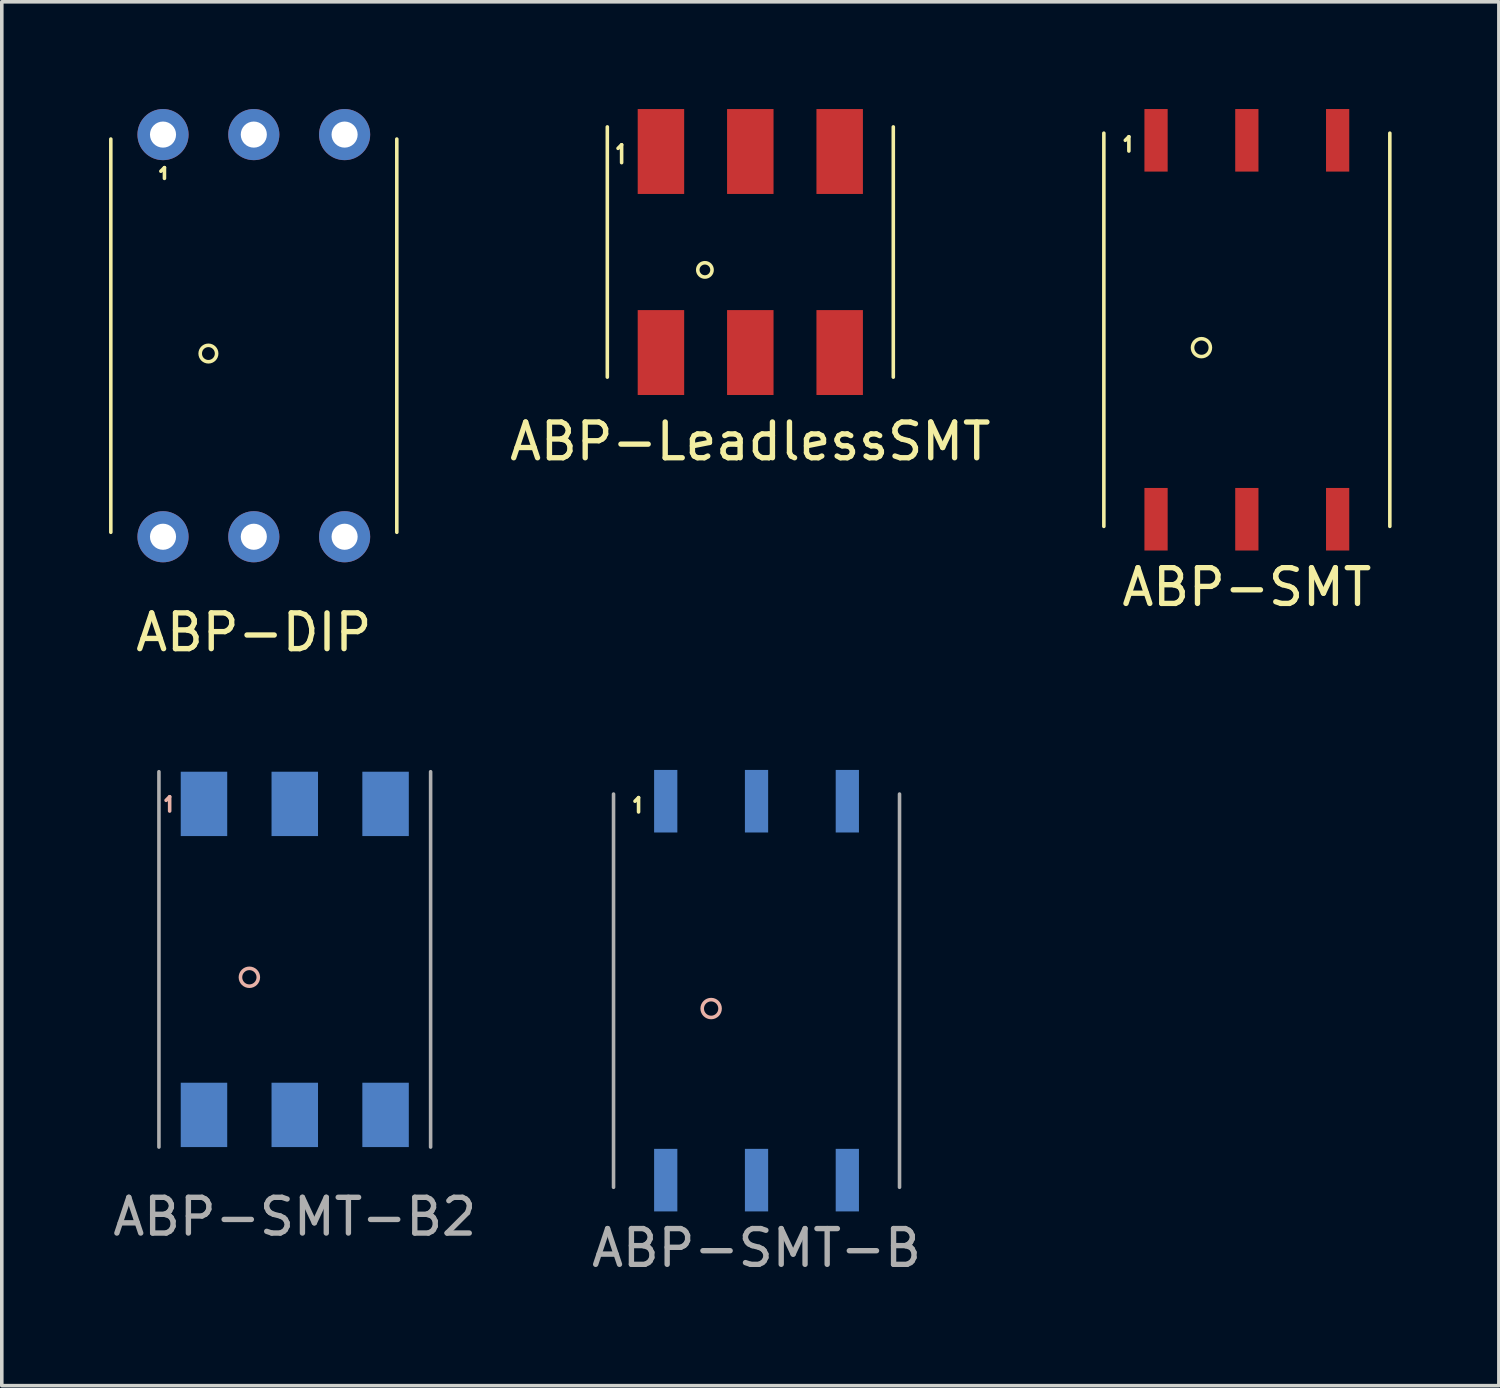
<source format=kicad_pcb>
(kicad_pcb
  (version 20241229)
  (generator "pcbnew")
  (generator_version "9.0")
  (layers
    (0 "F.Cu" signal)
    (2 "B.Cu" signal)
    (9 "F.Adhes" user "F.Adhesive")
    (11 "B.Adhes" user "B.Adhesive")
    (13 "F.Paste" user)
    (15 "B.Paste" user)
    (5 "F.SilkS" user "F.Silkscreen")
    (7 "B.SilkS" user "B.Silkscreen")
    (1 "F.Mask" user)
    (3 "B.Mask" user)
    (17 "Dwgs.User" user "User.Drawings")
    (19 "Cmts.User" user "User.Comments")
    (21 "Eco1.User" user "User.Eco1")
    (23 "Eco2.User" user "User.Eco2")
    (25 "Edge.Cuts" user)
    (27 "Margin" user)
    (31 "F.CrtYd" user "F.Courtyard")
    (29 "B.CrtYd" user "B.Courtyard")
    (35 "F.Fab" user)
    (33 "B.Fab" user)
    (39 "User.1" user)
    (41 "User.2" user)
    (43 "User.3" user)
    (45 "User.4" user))
  (footprint "ABP-SMT"
    (layer "F.Cu")
    (at 31.829 6.175)
    (property "Reference" "ABP-SMT" (at 0 7.2 0) (layer "F.SilkS") (effects (font (size 1 1) (thickness 0.15))))
    (attr through_hole)
    (fp_line (start -4 -5.5) (end -4 5.5) (stroke (width 0.1) (type solid)) (layer "F.SilkS"))
    (fp_line (start -3.3 -5.4) (end -3.4 -5.3) (stroke (width 0.1) (type solid)) (layer "F.SilkS"))
    (fp_line (start -3.3 -5.4) (end -3.3 -5) (stroke (width 0.1) (type solid)) (layer "F.SilkS"))
    (fp_line (start 4 -5.5) (end 4 5.5) (stroke (width 0.1) (type solid)) (layer "F.SilkS"))
    (fp_circle (center -1.27 0.5) (end -1.27 0.75) (stroke (width 0.1) (type solid)) (fill no) (layer "F.SilkS"))
    (pad "1" smd rect (at -2.54 -5.3) (size 0.65 1.75) (layers "F.Cu" "F.Mask" "F.Paste"))
    (pad "2" smd rect (at 0 -5.3) (size 0.65 1.75) (layers "F.Cu" "F.Mask" "F.Paste"))
    (pad "3" smd rect (at 2.54 -5.3) (size 0.65 1.75) (layers "F.Cu" "F.Mask" "F.Paste"))
    (pad "4" smd rect (at 2.54 5.3) (size 0.65 1.75) (layers "F.Cu" "F.Mask" "F.Paste"))
    (pad "5" smd rect (at 0 5.3) (size 0.65 1.75) (layers "F.Cu" "F.Mask" "F.Paste"))
    (pad "6" smd rect (at -2.54 5.3) (size 0.65 1.75) (layers "F.Cu" "F.Mask" "F.Paste")))
  (footprint "ABP-DIP"
    (layer "F.Cu")
    (at 4.05 6.34)
    (property "Reference" "ABP-DIP" (at 0 8.3 0) (layer "F.SilkS") (effects (font (size 1 1) (thickness 0.15))))
    (attr through_hole)
    (fp_line (start -4 -5.5) (end -4 5.5) (stroke (width 0.1) (type solid)) (layer "F.SilkS"))
    (fp_line (start -2.5 -4.7) (end -2.6 -4.6) (stroke (width 0.1) (type solid)) (layer "F.SilkS"))
    (fp_line (start -2.5 -4.7) (end -2.5 -4.4) (stroke (width 0.1) (type solid)) (layer "F.SilkS"))
    (fp_line (start 4 -5.5) (end 4 5.5) (stroke (width 0.1) (type solid)) (layer "F.SilkS"))
    (fp_circle (center -1.27 0.5) (end -1.5 0.5) (stroke (width 0.1) (type solid)) (fill no) (layer "F.SilkS"))
    (pad "1" thru_hole circle (at -2.54 -5.625) (size 1.43 1.43) (drill 0.73) (layers "*.Cu" "*.Mask"))
    (pad "2" thru_hole circle (at 0 -5.625) (size 1.43 1.43) (drill 0.73) (layers "*.Cu" "*.Mask"))
    (pad "3" thru_hole circle (at 2.54 -5.625) (size 1.43 1.43) (drill 0.73) (layers "*.Cu" "*.Mask"))
    (pad "4" thru_hole circle (at 2.54 5.625) (size 1.43 1.43) (drill 0.73) (layers "*.Cu" "*.Mask"))
    (pad "5" thru_hole circle (at 0 5.625) (size 1.43 1.43) (drill 0.73) (layers "*.Cu" "*.Mask"))
    (pad "6" thru_hole circle (at -2.54 5.625) (size 1.43 1.43) (drill 0.73) (layers "*.Cu" "*.Mask")))
  (footprint "ABP-SMT-B"
    (layer "F.Cu")
    (at 18.113 24.663)
    (property "Reference" "ABP-SMT-B" (at 0 7.2 0) (layer "F.Fab") (effects (font (size 1 1) (thickness 0.15))))
    (attr through_hole)
    (fp_line (start -3.3 -5.4) (end -3.4 -5.3) (stroke (width 0.1) (type solid)) (layer "F.SilkS"))
    (fp_line (start -3.3 -5.4) (end -3.3 -5) (stroke (width 0.1) (type solid)) (layer "F.SilkS"))
    (fp_circle (center -1.27 0.5) (end -1.27 0.75) (stroke (width 0.1) (type solid)) (fill no) (layer "B.SilkS"))
    (fp_line (start -4 -5.5) (end -4 5.5) (stroke (width 0.1) (type solid)) (layer "F.Fab"))
    (fp_line (start 4 -5.5) (end 4 5.5) (stroke (width 0.1) (type solid)) (layer "F.Fab"))
    (pad "1" smd rect (at -2.54 -5.3) (size 0.65 1.75) (layers "B.Cu" "B.Mask" "B.Paste"))
    (pad "2" smd rect (at 0 -5.3) (size 0.65 1.75) (layers "B.Cu" "B.Mask" "B.Paste"))
    (pad "3" smd rect (at 2.54 -5.3) (size 0.65 1.75) (layers "B.Cu" "B.Mask" "B.Paste"))
    (pad "4" smd rect (at 2.54 5.3) (size 0.65 1.75) (layers "B.Cu" "B.Mask" "B.Paste"))
    (pad "5" smd rect (at 0 5.3) (size 0.65 1.75) (layers "B.Cu" "B.Mask" "B.Paste"))
    (pad "6" smd rect (at -2.54 5.3) (size 0.65 1.75) (layers "B.Cu" "B.Mask" "B.Paste")))
  (footprint "ABP-SMT-B2"
    (layer "F.Cu")
    (at 5.196 23.788)
    (property "Reference" "ABP-SMT-B2" (at 0 7.2 0) (layer "F.Fab") (effects (font (size 1 1) (thickness 0.15))))
    (attr through_hole)
    (fp_line (start -3.5 -4.55) (end -3.6 -4.45) (stroke (width 0.1) (type solid)) (layer "B.SilkS"))
    (fp_line (start -3.5 -4.55) (end -3.5 -4.15) (stroke (width 0.1) (type solid)) (layer "B.SilkS"))
    (fp_circle (center -1.27 0.5) (end -1.27 0.75) (stroke (width 0.1) (type solid)) (fill no) (layer "B.SilkS"))
    (fp_line (start -3.8 -5.25) (end -3.8 5.25) (stroke (width 0.1) (type solid)) (layer "F.Fab"))
    (fp_line (start 3.8 -5.25) (end 3.8 5.25) (stroke (width 0.1) (type solid)) (layer "F.Fab"))
    (pad "1" smd rect (at -2.54 -4.35) (size 1.3 1.8) (layers "B.Cu" "B.Mask" "B.Paste"))
    (pad "2" smd rect (at 0 -4.35) (size 1.3 1.8) (layers "B.Cu" "B.Mask" "B.Paste"))
    (pad "3" smd rect (at 2.54 -4.35) (size 1.3 1.8) (layers "B.Cu" "B.Mask" "B.Paste"))
    (pad "4" smd rect (at 2.54 4.35) (size 1.3 1.8) (layers "B.Cu" "B.Mask" "B.Paste"))
    (pad "5" smd rect (at 0 4.35) (size 1.3 1.8) (layers "B.Cu" "B.Mask" "B.Paste"))
    (pad "6" smd rect (at -2.54 4.35) (size 1.3 1.8) (layers "B.Cu" "B.Mask" "B.Paste")))
  (footprint "ABP-LeadlessSMT"
    (layer "F.Cu")
    (at 17.939 4)
    (property "Reference" "ABP-LeadlessSMT" (at 0 5.3 0) (layer "F.SilkS") (effects (font (size 1 1) (thickness 0.15))))
    (attr smd)
    (fp_line (start -4 -3.5) (end -4 3.5) (stroke (width 0.1) (type solid)) (layer "F.SilkS"))
    (fp_line (start -3.6 -3) (end -3.7 -2.9) (stroke (width 0.1) (type solid)) (layer "F.SilkS"))
    (fp_line (start -3.6 -3) (end -3.6 -2.5) (stroke (width 0.1) (type solid)) (layer "F.SilkS"))
    (fp_line (start 4 -3.5) (end 4 3.5) (stroke (width 0.1) (type solid)) (layer "F.SilkS"))
    (fp_circle (center -1.27 0.5) (end -1.27 0.7) (stroke (width 0.1) (type solid)) (fill no) (layer "F.SilkS"))
    (pad "1" smd rect (at -2.5 -2.812) (size 1.3 2.375) (layers "F.Cu" "F.Mask" "F.Paste"))
    (pad "2" smd rect (at 0 -2.812) (size 1.3 2.375) (layers "F.Cu" "F.Mask" "F.Paste"))
    (pad "3" smd rect (at 2.5 -2.812) (size 1.3 2.375) (layers "F.Cu" "F.Mask" "F.Paste"))
    (pad "4" smd rect (at 2.5 2.812) (size 1.3 2.375) (layers "F.Cu" "F.Mask" "F.Paste"))
    (pad "5" smd rect (at 0 2.812) (size 1.3 2.375) (layers "F.Cu" "F.Mask" "F.Paste"))
    (pad "6" smd rect (at -2.5 2.812) (size 1.3 2.375) (layers "F.Cu" "F.Mask" "F.Paste")))
  (gr_rect
    (start -3 -3)
    (end 38.879 35.712)
    (stroke (width 0.1) (type default))
    (fill no)
    (layer "Edge.Cuts")))
</source>
